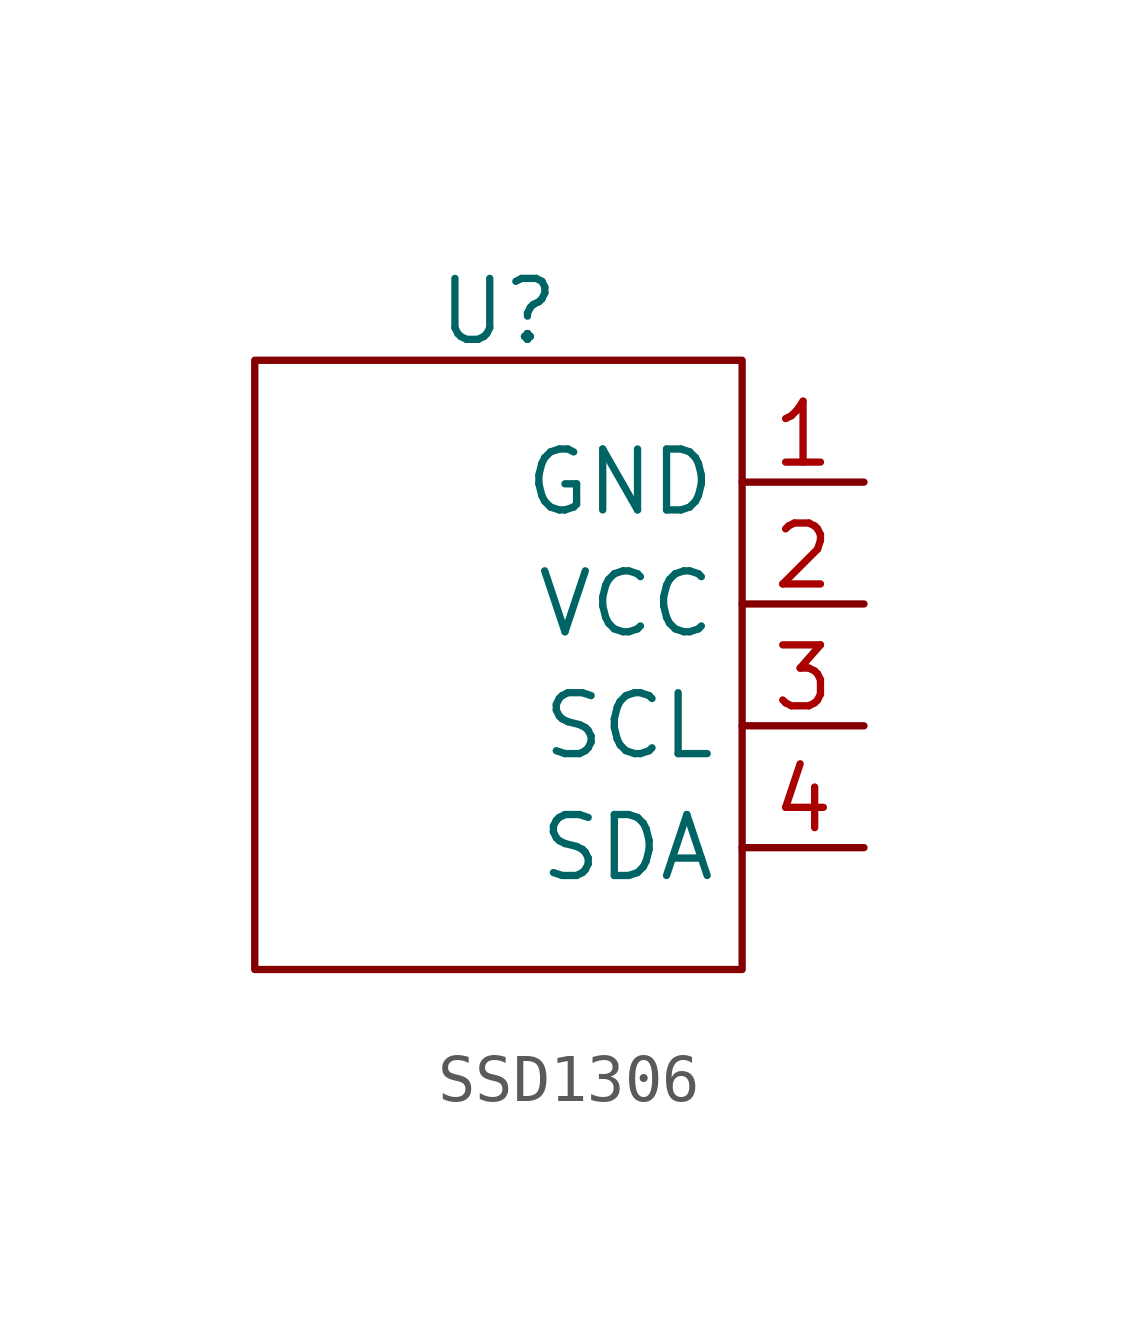
<source format=kicad_sym>
(kicad_symbol_lib
  (version 20241209)
  (generator "kicad_symbol_editor")
  (generator_version "9.0")
  (symbol "SSD1306"
    (property "Reference" "U"
      (at 0 7.366 0)
      (effects (font (size 1.27 1.27))))
    (property "Value" ""
      (at 0 0 0)
      (effects (font (size 1.27 1.27))))
    (symbol "SSD1306_0_1"
      (rectangle (start 5.08 6.35) (end -5.08 -6.35) (stroke (width 0) (type default)) (fill (type none))))
    (symbol "SSD1306_1_1"
      (pin power_out line (at 7.62 3.81 180) (length 2.54) (name "GND" (effects (font (size 1.27 1.27)))) (number "1" (effects (font (size 1.27 1.27)))))
      (pin power_in line (at 7.62 1.27 180) (length 2.54) (name "VCC" (effects (font (size 1.27 1.27)))) (number "2" (effects (font (size 1.27 1.27)))))
      (pin input line (at 7.62 -1.27 180) (length 2.54) (name "SCL" (effects (font (size 1.27 1.27)))) (number "3" (effects (font (size 1.27 1.27)))))
      (pin bidirectional line (at 7.62 -3.81 180) (length 2.54) (name "SDA" (effects (font (size 1.27 1.27)))) (number "4" (effects (font (size 1.27 1.27))))))))
</source>
